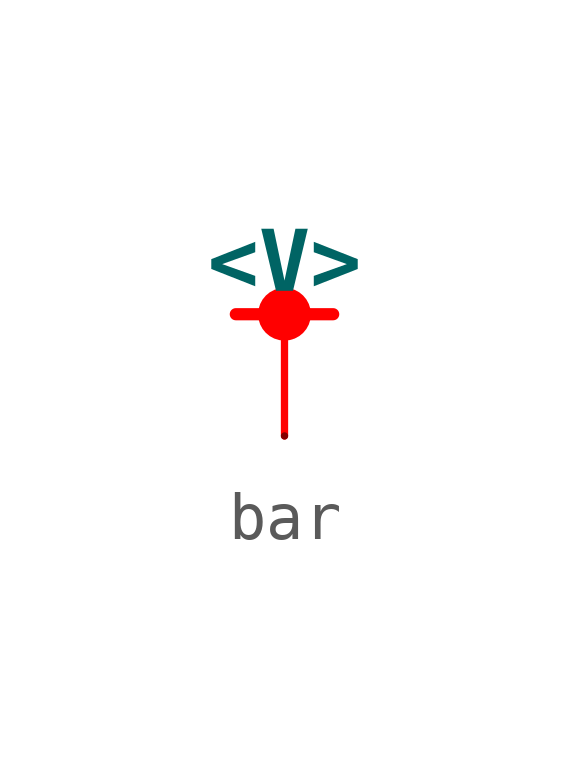
<source format=kicad_sym>
(kicad_symbol_lib
  (version 20241209)
  (generator "kicad_symbol_editor")
  (generator_version "9.0")
  (symbol "bar"
    (power)
    (pin_numbers
      (hide yes))
    (pin_names
      (offset 0)
      (hide yes))
    (property "Reference" "#PWR"
      (at 0 -3.81 0)
      (effects (font (face "Consolas") (size 1.27 1.27) (bold yes)) (hide yes)))
    (property "Value" "<V>"
      (at 0 3.556 0)
      (effects (font (face "Consolas") (size 1.27 1.27) (bold yes))))
    (symbol "bar_0_1"
      (polyline (pts (xy -1.016 2.54) (xy 0 2.54)) (stroke (width 0.254) (type default) (color 255 0 0 1)) (fill (type none))))
    (symbol "bar_1_1"
      (circle (center 0 2.54) (radius 0.043) (stroke (width 0.508) (type solid) (color 255 0 0 1)) (fill (type none)))
      (polyline (pts (xy 0 2.54) (xy 1.016 2.54)) (stroke (width 0.254) (type solid) (color 255 0 0 1)) (fill (type none)))
      (polyline (pts (xy 0 0) (xy 0 2.54)) (stroke (width 0) (type solid) (color 255 0 0 1)) (fill (type none)))
      (pin power_in line (at 0 0 90) (length 0) (name "~" (effects (font (size 1.27 1.27)))) (number "1" (effects (font (size 1.27 1.27))))))))
</source>
